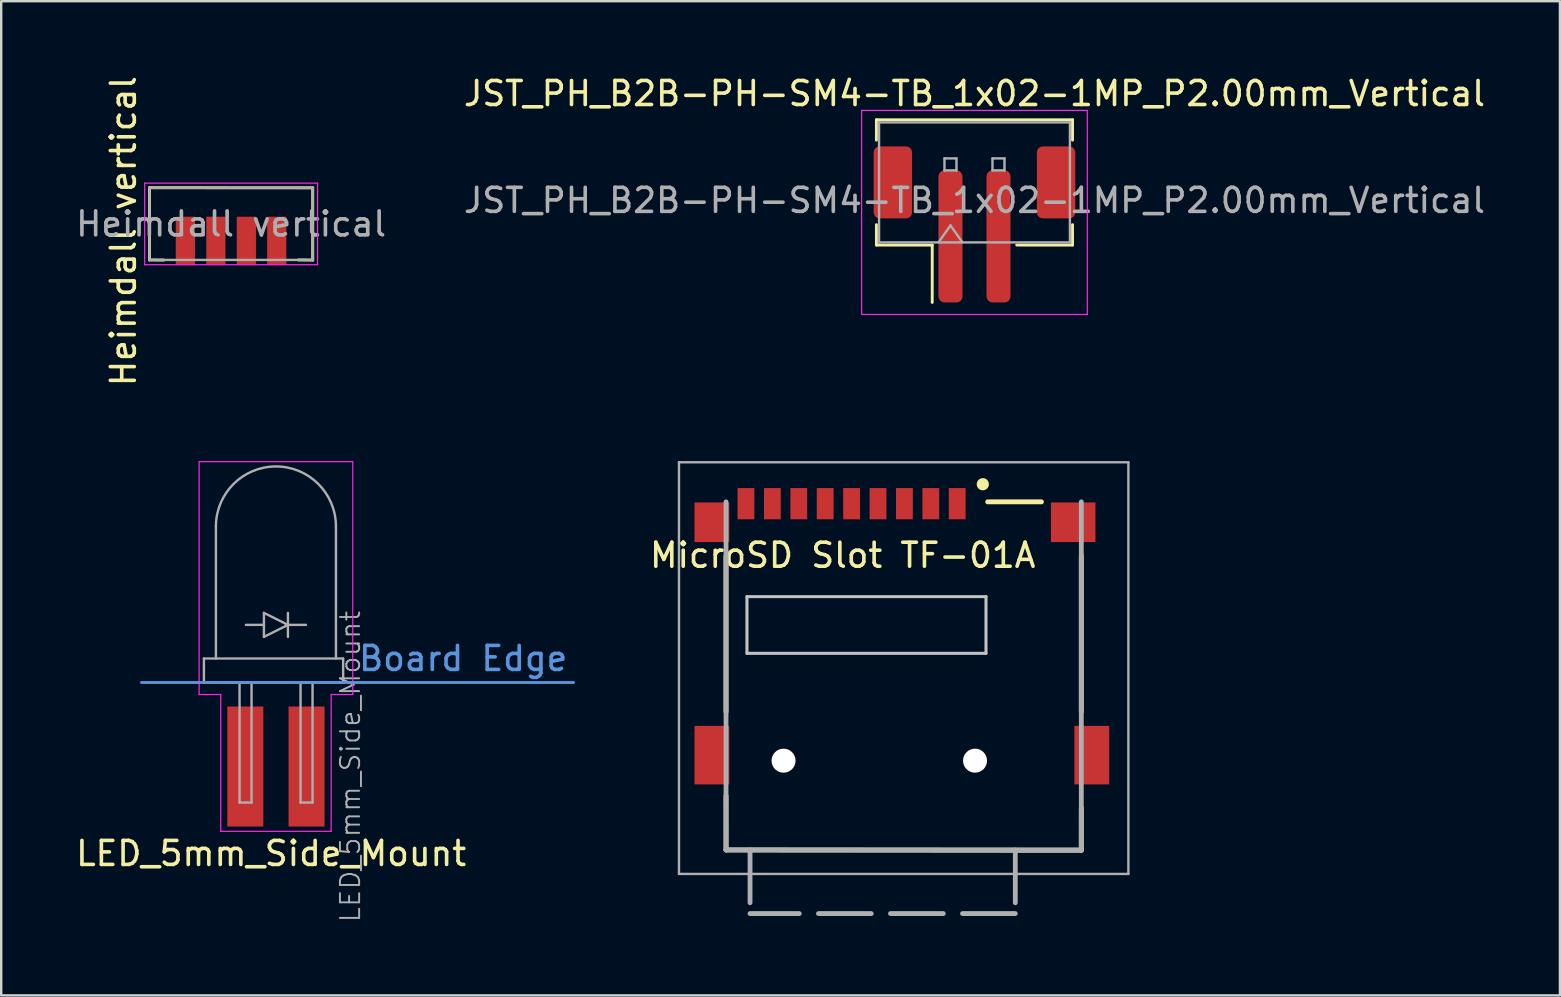
<source format=kicad_pcb>
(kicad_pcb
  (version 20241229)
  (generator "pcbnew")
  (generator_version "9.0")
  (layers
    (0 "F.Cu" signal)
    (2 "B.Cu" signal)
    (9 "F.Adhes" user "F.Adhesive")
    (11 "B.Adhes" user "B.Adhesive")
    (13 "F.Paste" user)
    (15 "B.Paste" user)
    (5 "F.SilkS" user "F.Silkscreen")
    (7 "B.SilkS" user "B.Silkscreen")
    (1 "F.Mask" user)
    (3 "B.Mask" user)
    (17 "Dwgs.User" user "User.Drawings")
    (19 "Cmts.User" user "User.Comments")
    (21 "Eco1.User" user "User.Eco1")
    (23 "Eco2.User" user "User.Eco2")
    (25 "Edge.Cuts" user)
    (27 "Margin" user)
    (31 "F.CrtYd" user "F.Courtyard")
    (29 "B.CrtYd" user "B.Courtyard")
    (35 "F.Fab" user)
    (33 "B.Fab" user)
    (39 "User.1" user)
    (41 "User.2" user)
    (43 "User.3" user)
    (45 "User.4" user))
  (footprint "Heimdall vertical"
    (layer "F.Cu")
    (at 6.577 6.278)
    (property "Reference" "Heimdall vertical" (at -4.488 0.3 270) (layer "F.SilkS") (effects (font (size 1 1) (thickness 0.15))))
    (attr smd)
    (fp_line (start -3.4 1.5) (end -3.4 -1.51) (stroke (width 0.12) (type solid)) (layer "F.SilkS"))
    (fp_line (start -2.8 1.505) (end -3.4 1.5) (stroke (width 0.12) (type solid)) (layer "F.SilkS"))
    (fp_line (start 3.4 -1.505) (end -3.4 -1.51) (stroke (width 0.12) (type solid)) (layer "F.SilkS"))
    (fp_line (start 3.4 1.505) (end 2.8 1.5) (stroke (width 0.12) (type solid)) (layer "F.SilkS"))
    (fp_line (start 3.4 1.505) (end 3.4 -1.505) (stroke (width 0.12) (type solid)) (layer "F.SilkS"))
    (fp_line (start -3.6 -1.7) (end -3.6 1.7) (stroke (width 0.05) (type solid)) (layer "F.CrtYd"))
    (fp_line (start -3.6 -1.7) (end 3.6 -1.7) (stroke (width 0.05) (type solid)) (layer "F.CrtYd"))
    (fp_line (start -3.6 1.7) (end 3.6 1.7) (stroke (width 0.05) (type solid)) (layer "F.CrtYd"))
    (fp_line (start 3.6 -1.7) (end 3.6 1.7) (stroke (width 0.05) (type solid)) (layer "F.CrtYd"))
    (fp_line (start -3.4 -1.5) (end -3.4 1.5) (stroke (width 0.1) (type solid)) (layer "F.Fab"))
    (fp_line (start -3.4 -1.5) (end 3.4 -1.5) (stroke (width 0.1) (type solid)) (layer "F.Fab"))
    (fp_line (start -3.4 1.5) (end 3.4 1.5) (stroke (width 0.1) (type solid)) (layer "F.Fab"))
    (fp_line (start 3.4 -1.5) (end 3.4 1.5) (stroke (width 0.1) (type solid)) (layer "F.Fab"))
    (fp_text user "${REFERENCE}" (at 0 0 0) (layer "F.Fab") (effects (font (size 1 1) (thickness 0.15))))
    (pad "1" smd rect (at -1.905 0.7 90) (size 2 0.8) (layers "F.Cu" "F.Mask" "F.Paste"))
    (pad "2" smd rect (at -0.635 0.7 90) (size 2 0.8) (layers "F.Cu" "F.Mask" "F.Paste"))
    (pad "3" smd rect (at 0.635 0.7 90) (size 2 0.8) (layers "F.Cu" "F.Mask" "F.Paste"))
    (pad "4" smd rect (at 1.9 0.7 90) (size 2 0.8) (layers "F.Cu" "F.Mask" "F.Paste")))
  (footprint "JST_PH_B2B-PH-SM4-TB_1x02-1MP_P2.00mm_Vertical"
    (layer "F.Cu")
    (at 37.542 6.298)
    (property "Reference" "JST_PH_B2B-PH-SM4-TB_1x02-1MP_P2.00mm_Vertical" (at 0 -5.45 0) (layer "F.SilkS") (effects (font (size 1 1) (thickness 0.15))))
    (attr smd)
    (fp_line (start -4.085 -4.36) (end 4.085 -4.36) (stroke (width 0.12) (type solid)) (layer "F.SilkS"))
    (fp_line (start -4.085 -3.51) (end -4.085 -4.36) (stroke (width 0.12) (type solid)) (layer "F.SilkS"))
    (fp_line (start -4.085 0.01) (end -4.085 0.86) (stroke (width 0.12) (type solid)) (layer "F.SilkS"))
    (fp_line (start -4.085 0.86) (end -1.76 0.86) (stroke (width 0.12) (type solid)) (layer "F.SilkS"))
    (fp_line (start -1.76 0.86) (end -1.76 3.25) (stroke (width 0.12) (type solid)) (layer "F.SilkS"))
    (fp_line (start 4.085 -4.36) (end 4.085 -3.51) (stroke (width 0.12) (type solid)) (layer "F.SilkS"))
    (fp_line (start 4.085 0.01) (end 4.085 0.86) (stroke (width 0.12) (type solid)) (layer "F.SilkS"))
    (fp_line (start 4.085 0.86) (end 1.76 0.86) (stroke (width 0.12) (type solid)) (layer "F.SilkS"))
    (fp_line (start -4.7 -4.75) (end -4.7 3.75) (stroke (width 0.05) (type solid)) (layer "F.CrtYd"))
    (fp_line (start -4.7 3.75) (end 4.7 3.75) (stroke (width 0.05) (type solid)) (layer "F.CrtYd"))
    (fp_line (start 4.7 -4.75) (end -4.7 -4.75) (stroke (width 0.05) (type solid)) (layer "F.CrtYd"))
    (fp_line (start 4.7 3.75) (end 4.7 -4.75) (stroke (width 0.05) (type solid)) (layer "F.CrtYd"))
    (fp_line (start -3.975 -4.25) (end 3.975 -4.25) (stroke (width 0.1) (type solid)) (layer "F.Fab"))
    (fp_line (start -3.975 0.75) (end -3.975 -4.25) (stroke (width 0.1) (type solid)) (layer "F.Fab"))
    (fp_line (start -3.975 0.75) (end 3.975 0.75) (stroke (width 0.1) (type solid)) (layer "F.Fab"))
    (fp_line (start -1.5 0.75) (end -1 0.043) (stroke (width 0.1) (type solid)) (layer "F.Fab"))
    (fp_line (start -1.25 -2.75) (end -1.25 -2.25) (stroke (width 0.1) (type solid)) (layer "F.Fab"))
    (fp_line (start -1.25 -2.25) (end -0.75 -2.25) (stroke (width 0.1) (type solid)) (layer "F.Fab"))
    (fp_line (start -1 0.043) (end -0.5 0.75) (stroke (width 0.1) (type solid)) (layer "F.Fab"))
    (fp_line (start -0.75 -2.75) (end -1.25 -2.75) (stroke (width 0.1) (type solid)) (layer "F.Fab"))
    (fp_line (start -0.75 -2.25) (end -0.75 -2.75) (stroke (width 0.1) (type solid)) (layer "F.Fab"))
    (fp_line (start 0.75 -2.75) (end 0.75 -2.25) (stroke (width 0.1) (type solid)) (layer "F.Fab"))
    (fp_line (start 0.75 -2.25) (end 1.25 -2.25) (stroke (width 0.1) (type solid)) (layer "F.Fab"))
    (fp_line (start 1.25 -2.75) (end 0.75 -2.75) (stroke (width 0.1) (type solid)) (layer "F.Fab"))
    (fp_line (start 1.25 -2.25) (end 1.25 -2.75) (stroke (width 0.1) (type solid)) (layer "F.Fab"))
    (fp_line (start 3.975 0.75) (end 3.975 -4.25) (stroke (width 0.1) (type solid)) (layer "F.Fab"))
    (fp_text user "${REFERENCE}" (at 0 -1 0) (layer "F.Fab") (effects (font (size 1 1) (thickness 0.15))))
    (pad "1" smd roundrect (at -1 0.5) (size 1 5.5) (layers "F.Cu" "F.Mask" "F.Paste") (roundrect_rratio 0.25))
    (pad "2" smd roundrect (at 1 0.5) (size 1 5.5) (layers "F.Cu" "F.Mask" "F.Paste") (roundrect_rratio 0.25))
    (pad "MP" smd roundrect (at -3.4 -1.75) (size 1.6 3) (layers "F.Cu" "F.Mask" "F.Paste") (roundrect_rratio 0.156))
    (pad "MP" smd roundrect (at 3.4 -1.75) (size 1.6 3) (layers "F.Cu" "F.Mask" "F.Paste") (roundrect_rratio 0.156)))
  (footprint "LED_5mm_Side_Mount"
    (layer "F.Cu")
    (at 8.444 25.38)
    (property "Reference" "LED_5mm_Side_Mount" (at -0.2 7.123 0) (layer "F.SilkS") (effects (font (size 1 1) (thickness 0.15))))
    (attr smd)
    (fp_line (start -5.6 0) (end 12.4 0) (stroke (width 0.12) (type solid)) (layer "Cmts.User"))
    (fp_line (start -3.2 0.5) (end -3.2 -9.2) (stroke (width 0.05) (type solid)) (layer "F.CrtYd"))
    (fp_line (start -2.3 0.5) (end -3.2 0.5) (stroke (width 0.05) (type solid)) (layer "F.CrtYd"))
    (fp_line (start -2.3 6.2) (end -2.3 0.5) (stroke (width 0.05) (type solid)) (layer "F.CrtYd"))
    (fp_line (start -2.3 6.2) (end 2.3 6.2) (stroke (width 0.05) (type solid)) (layer "F.CrtYd"))
    (fp_line (start 2.3 0.5) (end 3.2 0.5) (stroke (width 0.05) (type solid)) (layer "F.CrtYd"))
    (fp_line (start 2.3 6.2) (end 2.3 0.5) (stroke (width 0.05) (type solid)) (layer "F.CrtYd"))
    (fp_line (start 3.2 -9.2) (end -3.2 -9.2) (stroke (width 0.05) (type solid)) (layer "F.CrtYd"))
    (fp_line (start 3.2 0.5) (end 3.2 -9.2) (stroke (width 0.05) (type solid)) (layer "F.CrtYd"))
    (fp_line (start -3 -1) (end -3 0) (stroke (width 0.1) (type solid)) (layer "F.Fab"))
    (fp_line (start -3 -1) (end 2.8 -1) (stroke (width 0.1) (type solid)) (layer "F.Fab"))
    (fp_line (start -3 0) (end 2.8 0) (stroke (width 0.1) (type solid)) (layer "F.Fab"))
    (fp_line (start -2.5 -6.5) (end -2.5 -1) (stroke (width 0.1) (type solid)) (layer "F.Fab"))
    (fp_line (start -1.515 0) (end -1.515 5) (stroke (width 0.1) (type solid)) (layer "F.Fab"))
    (fp_line (start -1.515 5) (end -1.015 5) (stroke (width 0.1) (type solid)) (layer "F.Fab"))
    (fp_line (start -1.25 -2.4) (end -0.5 -2.4) (stroke (width 0.1) (type solid)) (layer "F.Fab"))
    (fp_line (start -1.015 0) (end -1.015 5) (stroke (width 0.1) (type solid)) (layer "F.Fab"))
    (fp_line (start -0.5 -2.9) (end 0.5 -2.4) (stroke (width 0.1) (type solid)) (layer "F.Fab"))
    (fp_line (start -0.5 -1.9) (end -0.5 -2.9) (stroke (width 0.1) (type solid)) (layer "F.Fab"))
    (fp_line (start 0.5 -2.4) (end -0.5 -1.9) (stroke (width 0.1) (type solid)) (layer "F.Fab"))
    (fp_line (start 0.5 -1.9) (end 0.5 -2.9) (stroke (width 0.1) (type solid)) (layer "F.Fab"))
    (fp_line (start 1.025 0) (end 1.025 5) (stroke (width 0.1) (type solid)) (layer "F.Fab"))
    (fp_line (start 1.025 5) (end 1.525 5) (stroke (width 0.1) (type solid)) (layer "F.Fab"))
    (fp_line (start 1.25 -2.4) (end 0.5 -2.4) (stroke (width 0.1) (type solid)) (layer "F.Fab"))
    (fp_line (start 1.525 0) (end 1.525 5) (stroke (width 0.1) (type solid)) (layer "F.Fab"))
    (fp_line (start 2.5 -6.5) (end 2.5 -1) (stroke (width 0.1) (type solid)) (layer "F.Fab"))
    (fp_line (start 2.8 -1) (end 2.8 0) (stroke (width 0.1) (type solid)) (layer "F.Fab"))
    (fp_arc (start -2.5 -6.5) (mid 0 -9) (end 2.5 -6.5) (stroke (width 0.1) (type solid)) (layer "F.Fab"))
    (fp_text user "Board Edge" (at 7.8 -1 0) (unlocked yes) (layer "Cmts.User") (effects (font (size 1 1) (thickness 0.15))))
    (fp_text user "${REFERENCE}" (at 3.1 3.5 270) (layer "F.Fab") (effects (font (size 0.8 0.8) (thickness 0.08))))
    (pad "1" smd rect (at 1.275 3.5) (size 1.5 5) (layers "F.Cu" "F.Mask" "F.Paste"))
    (pad "2" smd rect (at -1.275 3.5) (size 1.5 5) (layers "F.Cu" "F.Mask" "F.Paste")))
  (footprint "MicroSD Slot TF-01A"
    (layer "F.Cu")
    (at 34.593 25.105)
    (property "Reference" "MicroSD Slot TF-01A" (at -2.54 -5.024 0) (layer "F.SilkS") (effects (font (size 1 1) (thickness 0.15))))
    (attr smd)
    (fp_line (start -7.4 -5) (end -7.4 1.5) (stroke (width 0.203) (type solid)) (layer "F.SilkS"))
    (fp_line (start -7.4 5) (end -7.399 7.25) (stroke (width 0.203) (type solid)) (layer "F.SilkS"))
    (fp_line (start -7.399 7.25) (end 7.399 7.263) (stroke (width 0.203) (type solid)) (layer "F.SilkS"))
    (fp_line (start 3.5 -7.25) (end 5.738 -7.25) (stroke (width 0.203) (type solid)) (layer "F.SilkS"))
    (fp_line (start 7.399 7.263) (end 7.4 5.5) (stroke (width 0.203) (type solid)) (layer "F.SilkS"))
    (fp_line (start 7.4 1.5) (end 7.4 -5) (stroke (width 0.203) (type solid)) (layer "F.SilkS"))
    (fp_circle (center 3.296 -7.984) (end 3.55 -7.984) (stroke (width 0) (type solid)) (fill yes) (layer "F.SilkS"))
    (fp_line (start -6.528 -3.302) (end -6.528 -0.94) (stroke (width 0.127) (type solid)) (layer "Dwgs.User"))
    (fp_line (start -6.528 -0.94) (end 3.429 -0.94) (stroke (width 0.127) (type solid)) (layer "Dwgs.User"))
    (fp_line (start 3.429 -3.302) (end -6.528 -3.302) (stroke (width 0.127) (type solid)) (layer "Dwgs.User"))
    (fp_line (start 3.429 -0.94) (end 3.429 -3.302) (stroke (width 0.127) (type solid)) (layer "Dwgs.User"))
    (fp_line (start -9.36 -8.9) (end 9.36 -8.9) (stroke (width 0.1) (type solid)) (layer "F.Fab"))
    (fp_line (start -9.36 8.25) (end -9.36 -8.9) (stroke (width 0.1) (type solid)) (layer "F.Fab"))
    (fp_line (start -7.4 7.25) (end -7.4 -7.25) (stroke (width 0.2) (type solid)) (layer "F.Fab"))
    (fp_line (start -6.4 7.25) (end -6.4 9.9) (stroke (width 0.2) (type dash)) (layer "F.Fab"))
    (fp_line (start 4.65 7.25) (end 4.65 9.9) (stroke (width 0.2) (type dash)) (layer "F.Fab"))
    (fp_line (start 4.65 9.9) (end -6.4 9.9) (stroke (width 0.2) (type dash)) (layer "F.Fab"))
    (fp_line (start 7.4 -7.25) (end 7.4 7.25) (stroke (width 0.2) (type solid)) (layer "F.Fab"))
    (fp_line (start 7.4 7.25) (end -7.4 7.25) (stroke (width 0.2) (type solid)) (layer "F.Fab"))
    (fp_line (start 9.36 -8.9) (end 9.36 8.25) (stroke (width 0.1) (type solid)) (layer "F.Fab"))
    (fp_line (start 9.36 8.25) (end -9.36 8.25) (stroke (width 0.1) (type solid)) (layer "F.Fab"))
    (pad "" np_thru_hole circle (at -5.004 3.531) (size 1 1) (drill 1) (layers "*.Cu" "*.Mask"))
    (pad "" np_thru_hole circle (at 2.972 3.531) (size 1 1) (drill 1) (layers "*.Cu" "*.Mask"))
    (pad "1" smd rect (at 2.23 -7.174) (size 0.7 1.3) (layers "F.Cu" "F.Mask" "F.Paste"))
    (pad "2" smd rect (at 1.13 -7.174) (size 0.7 1.3) (layers "F.Cu" "F.Mask" "F.Paste"))
    (pad "3" smd rect (at 0.03 -7.174) (size 0.7 1.3) (layers "F.Cu" "F.Mask" "F.Paste"))
    (pad "4" smd rect (at -1.07 -7.174) (size 0.7 1.3) (layers "F.Cu" "F.Mask" "F.Paste"))
    (pad "5" smd rect (at -2.17 -7.174) (size 0.7 1.3) (layers "F.Cu" "F.Mask" "F.Paste"))
    (pad "6" smd rect (at -3.27 -7.174) (size 0.7 1.3) (layers "F.Cu" "F.Mask" "F.Paste"))
    (pad "7" smd rect (at -4.37 -7.174) (size 0.7 1.3) (layers "F.Cu" "F.Mask" "F.Paste"))
    (pad "8" smd rect (at -5.47 -7.174) (size 0.7 1.3) (layers "F.Cu" "F.Mask" "F.Paste"))
    (pad "9" smd rect (at -6.57 -7.174) (size 0.7 1.3) (layers "F.Cu" "F.Mask" "F.Paste"))
    (pad "10" smd rect (at -7.989 -6.4) (size 1.448 1.651) (layers "F.Cu" "F.Mask" "F.Paste"))
    (pad "10" smd rect (at -7.989 3.3) (size 1.448 2.438) (layers "F.Cu" "F.Mask" "F.Paste"))
    (pad "10" smd rect (at 7.061 -6.4) (size 1.854 1.651) (layers "F.Cu" "F.Mask" "F.Paste"))
    (pad "10" smd rect (at 7.836 3.3) (size 1.448 2.438) (layers "F.Cu" "F.Mask" "F.Paste")))
  (gr_rect
    (start -3 -3)
    (end 61.929 38.415)
    (stroke (width 0.1) (type default))
    (fill no)
    (layer "Edge.Cuts")))
</source>
